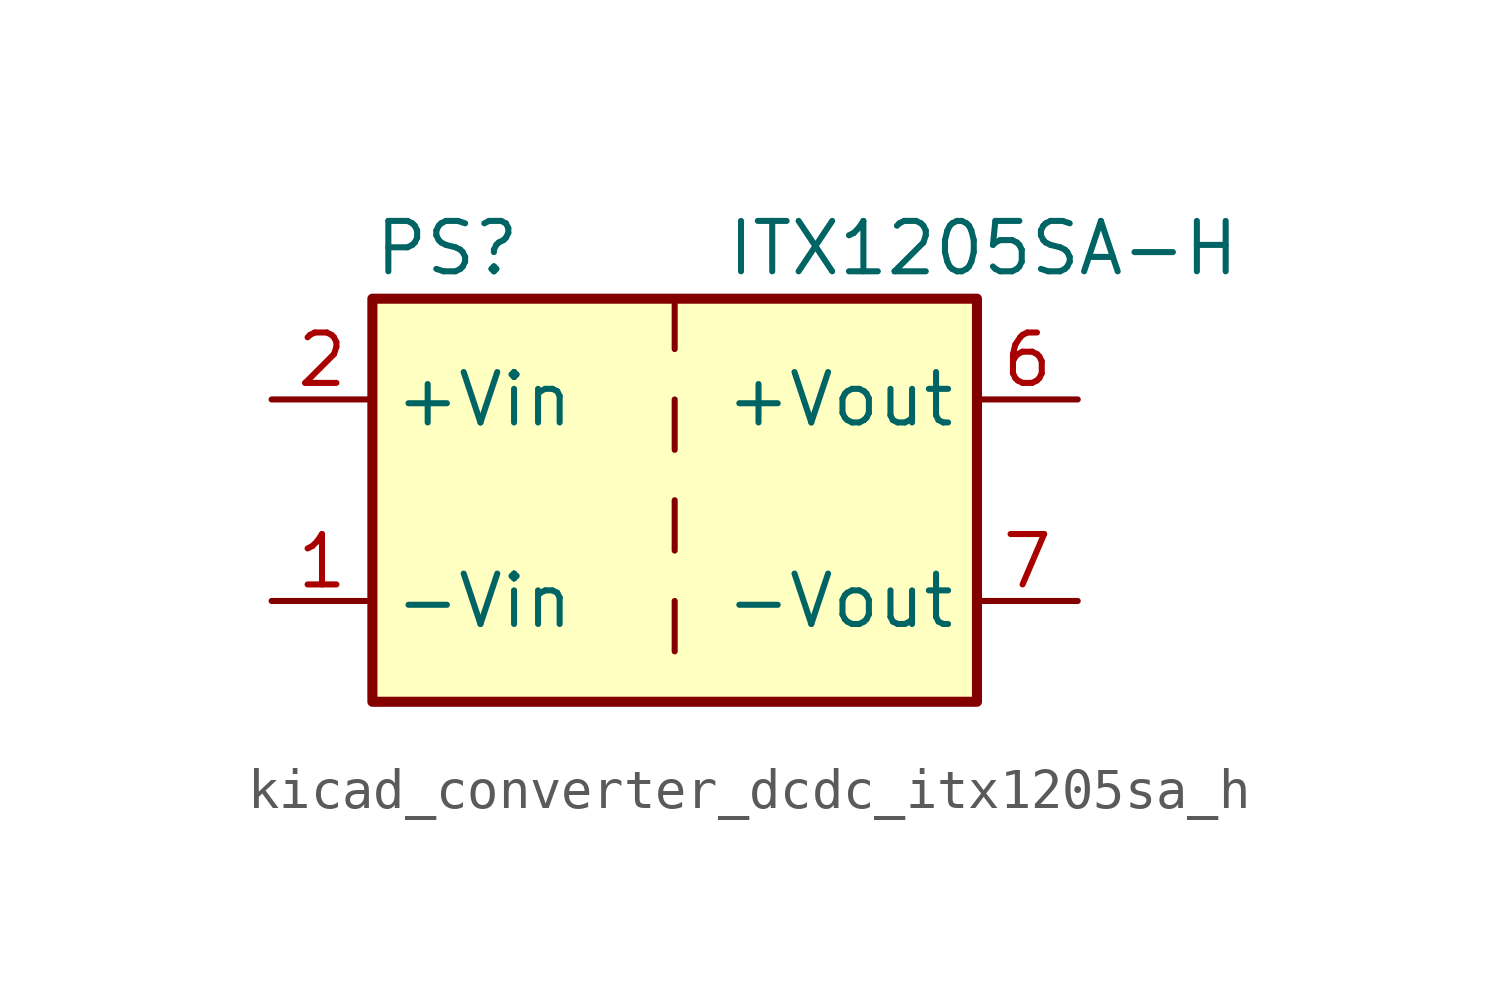
<source format=kicad_sym>
(kicad_symbol_lib
  (version 20220914)
  (generator kicad_symbol_editor)
  (symbol "kicad_converter_dcdc_itx1205sa_h"
    (property "Reference" "PS"
      (at -7.62 6.35 0)
      (effects (font (size 1.27 1.27)) (justify left)))
    (property "Value" "ITX1205SA-H"
      (at 1.27 6.35 0)
      (effects (font (size 1.27 1.27)) (justify left)))
    (symbol "kicad_converter_dcdc_itx1205sa_h_0_0"
      (pin power_in line (at -10.16 -2.54 0) (length 2.54) (name "-Vin" (effects (font (size 1.27 1.27)))) (number "1" (effects (font (size 1.27 1.27)))))
      (pin power_in line (at -10.16 2.54 0) (length 2.54) (name "+Vin" (effects (font (size 1.27 1.27)))) (number "2" (effects (font (size 1.27 1.27)))))
      (pin power_out line (at 10.16 2.54 180) (length 2.54) (name "+Vout" (effects (font (size 1.27 1.27)))) (number "6" (effects (font (size 1.27 1.27)))))
      (pin power_out line (at 10.16 -2.54 180) (length 2.54) (name "-Vout" (effects (font (size 1.27 1.27)))) (number "7" (effects (font (size 1.27 1.27)))))
      (pin no_connect line (at 7.62 0 180) (length 2.54) hide (name "NC" (effects (font (size 1.27 1.27)))) (number "8" (effects (font (size 1.27 1.27))))))
    (symbol "kicad_converter_dcdc_itx1205sa_h_0_1"
      (rectangle (start -7.62 5.08) (end 7.62 -5.08) (stroke (width 0.254) (type default)) (fill (type background)))
      (polyline (pts (xy 0 -2.54) (xy 0 -3.81)) (stroke (width 0) (type default)) (fill (type none)))
      (polyline (pts (xy 0 0) (xy 0 -1.27)) (stroke (width 0) (type default)) (fill (type none)))
      (polyline (pts (xy 0 2.54) (xy 0 1.27)) (stroke (width 0) (type default)) (fill (type none)))
      (polyline (pts (xy 0 5.08) (xy 0 3.81)) (stroke (width 0) (type default)) (fill (type none))))))
</source>
